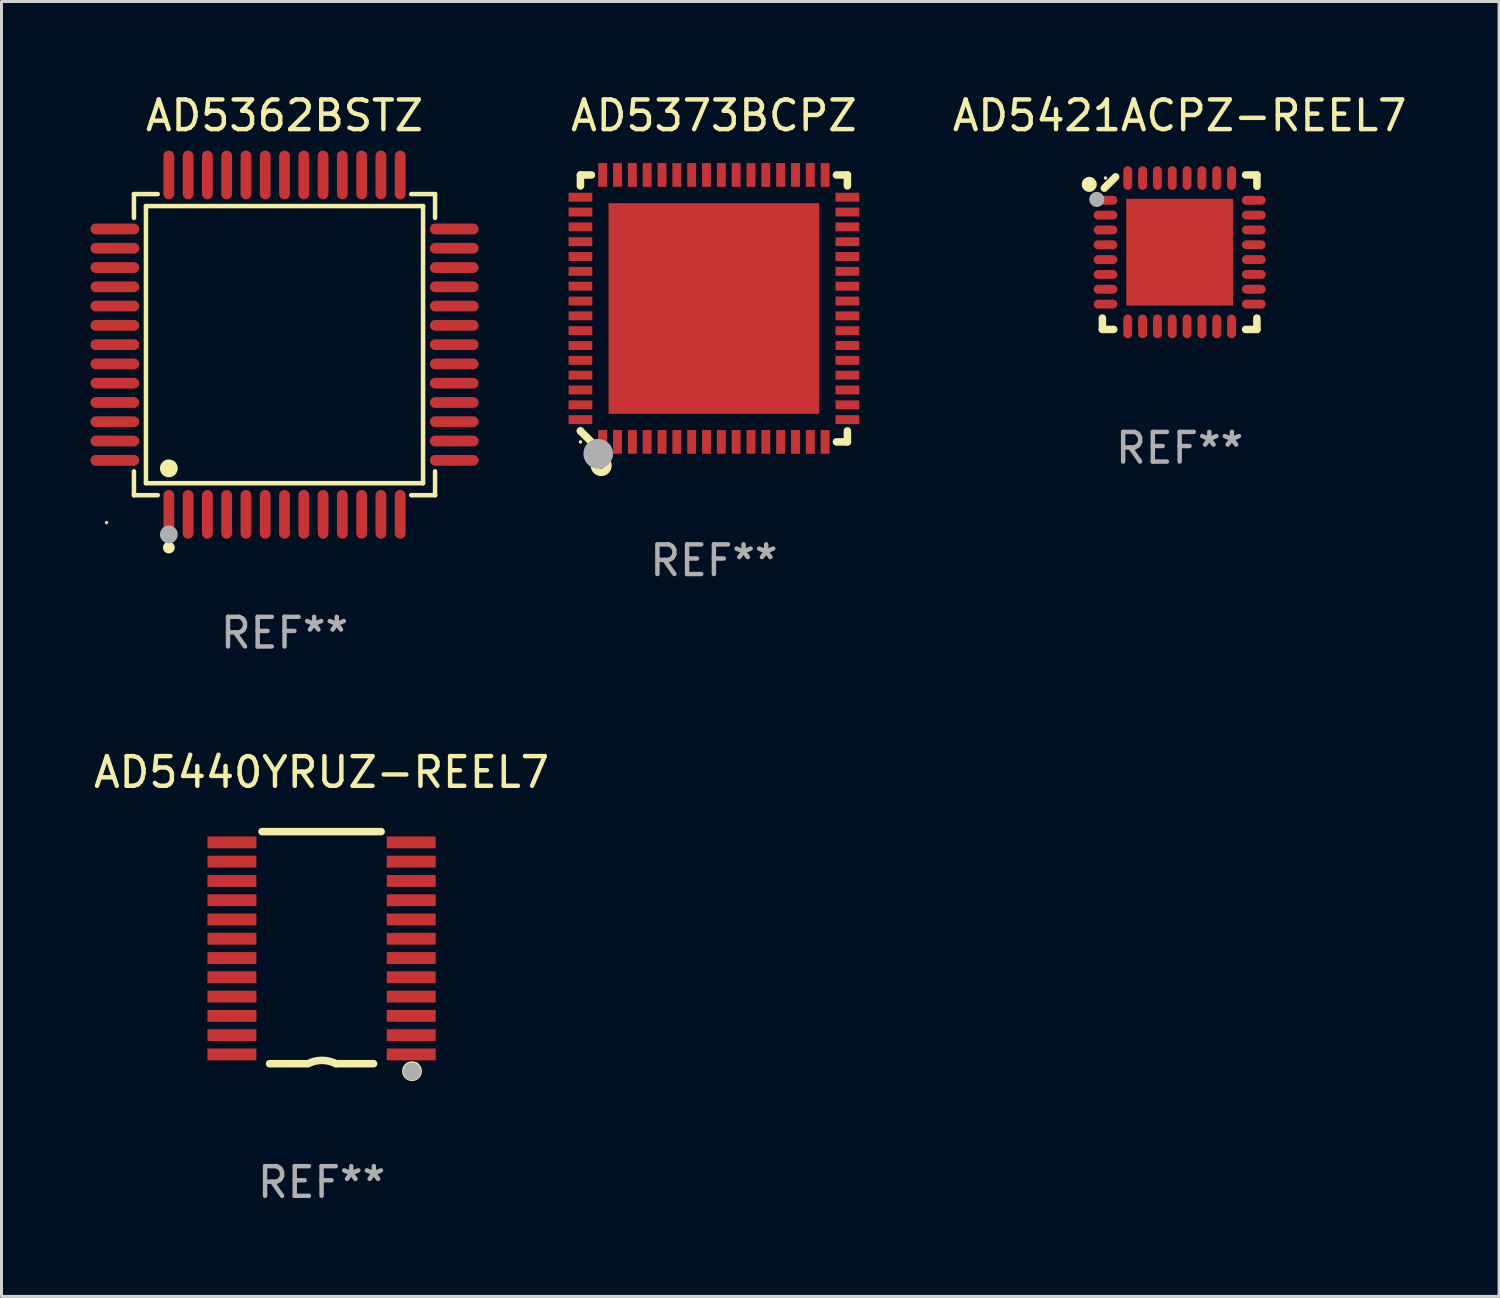
<source format=kicad_pcb>
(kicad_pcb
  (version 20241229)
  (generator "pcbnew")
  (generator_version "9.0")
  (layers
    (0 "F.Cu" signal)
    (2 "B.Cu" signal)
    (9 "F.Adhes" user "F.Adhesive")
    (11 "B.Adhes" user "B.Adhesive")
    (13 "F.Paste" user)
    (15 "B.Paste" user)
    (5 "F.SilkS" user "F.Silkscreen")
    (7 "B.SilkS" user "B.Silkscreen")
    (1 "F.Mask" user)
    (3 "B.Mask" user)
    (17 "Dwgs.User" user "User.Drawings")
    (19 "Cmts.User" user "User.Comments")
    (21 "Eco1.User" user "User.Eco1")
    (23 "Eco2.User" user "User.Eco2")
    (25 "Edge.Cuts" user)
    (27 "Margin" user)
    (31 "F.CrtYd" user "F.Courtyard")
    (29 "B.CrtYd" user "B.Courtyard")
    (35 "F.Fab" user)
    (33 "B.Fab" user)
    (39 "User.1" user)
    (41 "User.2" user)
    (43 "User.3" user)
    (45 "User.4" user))
  (footprint "AD5440YRUZ-REEL7"
    (layer "F.Cu")
    (at 7.792 28.899)
    (property "Reference" "AD5440YRUZ-REEL7" (at 0 -5.912 0) (layer "F.SilkS") (effects (font (size 1 1) (thickness 0.15))))
    (attr through_hole)
    (fp_line (start -2.008 -3.912) (end 2.007 -3.912) (stroke (width 0.254) (type solid)) (layer "F.SilkS"))
    (fp_line (start -0.483 3.912) (end -1.753 3.912) (stroke (width 0.254) (type solid)) (layer "F.SilkS"))
    (fp_line (start 1.752 3.912) (end 0.482 3.912) (stroke (width 0.254) (type solid)) (layer "F.SilkS"))
    (fp_arc (start -0.457404 3.911595) (mid 0.012497 3.800666) (end 0.482398 3.911595) (stroke (width 0.254001) (type solid)) (layer "F.SilkS"))
    (fp_circle (center 3.048 4.166) (end 3.128 4.166) (stroke (width 0.254) (type solid)) (fill no) (layer "F.SilkS"))
    (fp_circle (center 3.2 3.926) (end 3.23 3.926) (stroke (width 0.06) (type solid)) (fill no) (layer "F.SilkS"))
    (fp_circle (center 3.05 4.176) (end 3.2 4.176) (stroke (width 0.3) (type solid)) (fill no) (layer "F.Fab"))
    (fp_text user "REF**" (at 0 7.912 0) (layer "F.Fab") (effects (font (size 1 1) (thickness 0.15))))
    (pad "1" smd rect (at 3.023 3.6 180) (size 1.65 0.4) (layers "F.Cu" "F.Mask" "F.Paste"))
    (pad "2" smd rect (at 3.022 2.95 180) (size 1.65 0.4) (layers "F.Cu" "F.Mask" "F.Paste"))
    (pad "3" smd rect (at 3.022 2.3 180) (size 1.65 0.4) (layers "F.Cu" "F.Mask" "F.Paste"))
    (pad "4" smd rect (at 3.022 1.65 180) (size 1.65 0.4) (layers "F.Cu" "F.Mask" "F.Paste"))
    (pad "5" smd rect (at 3.022 1 180) (size 1.65 0.4) (layers "F.Cu" "F.Mask" "F.Paste"))
    (pad "6" smd rect (at 3.022 0.35 180) (size 1.65 0.4) (layers "F.Cu" "F.Mask" "F.Paste"))
    (pad "7" smd rect (at 3.022 -0.3 180) (size 1.65 0.4) (layers "F.Cu" "F.Mask" "F.Paste"))
    (pad "8" smd rect (at 3.022 -0.949 180) (size 1.65 0.4) (layers "F.Cu" "F.Mask" "F.Paste"))
    (pad "9" smd rect (at 3.022 -1.599 180) (size 1.65 0.4) (layers "F.Cu" "F.Mask" "F.Paste"))
    (pad "10" smd rect (at 3.022 -2.249 180) (size 1.65 0.4) (layers "F.Cu" "F.Mask" "F.Paste"))
    (pad "11" smd rect (at 3.022 -2.899 180) (size 1.65 0.4) (layers "F.Cu" "F.Mask" "F.Paste"))
    (pad "12" smd rect (at 3.022 -3.549 180) (size 1.65 0.4) (layers "F.Cu" "F.Mask" "F.Paste"))
    (pad "13" smd rect (at -3.023 -3.549 180) (size 1.65 0.4) (layers "F.Cu" "F.Mask" "F.Paste"))
    (pad "14" smd rect (at -3.023 -2.899 180) (size 1.65 0.4) (layers "F.Cu" "F.Mask" "F.Paste"))
    (pad "15" smd rect (at -3.023 -2.249 180) (size 1.65 0.4) (layers "F.Cu" "F.Mask" "F.Paste"))
    (pad "16" smd rect (at -3.023 -1.599 180) (size 1.65 0.4) (layers "F.Cu" "F.Mask" "F.Paste"))
    (pad "17" smd rect (at -3.023 -0.949 180) (size 1.65 0.4) (layers "F.Cu" "F.Mask" "F.Paste"))
    (pad "18" smd rect (at -3.023 -0.3 180) (size 1.65 0.4) (layers "F.Cu" "F.Mask" "F.Paste"))
    (pad "19" smd rect (at -3.023 0.35 180) (size 1.65 0.4) (layers "F.Cu" "F.Mask" "F.Paste"))
    (pad "20" smd rect (at -3.023 1 180) (size 1.65 0.4) (layers "F.Cu" "F.Mask" "F.Paste"))
    (pad "21" smd rect (at -3.023 1.65 180) (size 1.65 0.4) (layers "F.Cu" "F.Mask" "F.Paste"))
    (pad "22" smd rect (at -3.023 2.3 180) (size 1.65 0.4) (layers "F.Cu" "F.Mask" "F.Paste"))
    (pad "23" smd rect (at -3.023 2.95 180) (size 1.65 0.4) (layers "F.Cu" "F.Mask" "F.Paste"))
    (pad "24" smd rect (at -3.023 3.6 180) (size 1.65 0.4) (layers "F.Cu" "F.Mask" "F.Paste")))
  (footprint "AD5421ACPZ-REEL7"
    (layer "F.Cu")
    (at 36.721 5.452)
    (property "Reference" "AD5421ACPZ-REEL7" (at 0 -4.604 0) (layer "F.SilkS") (effects (font (size 1 1) (thickness 0.15))))
    (attr through_hole)
    (fp_line (start -2.604 2.223) (end -2.604 2.604) (stroke (width 0.254) (type solid)) (layer "F.SilkS"))
    (fp_line (start -2.604 2.604) (end -2.223 2.604) (stroke (width 0.254) (type solid)) (layer "F.SilkS"))
    (fp_line (start -2.159 -2.54) (end -2.54 -2.159) (stroke (width 0.254) (type solid)) (layer "F.SilkS"))
    (fp_line (start 2.223 2.604) (end 2.604 2.604) (stroke (width 0.254) (type solid)) (layer "F.SilkS"))
    (fp_line (start 2.604 -2.604) (end 2.223 -2.604) (stroke (width 0.254) (type solid)) (layer "F.SilkS"))
    (fp_line (start 2.604 -2.223) (end 2.604 -2.604) (stroke (width 0.254) (type solid)) (layer "F.SilkS"))
    (fp_line (start 2.604 2.604) (end 2.604 2.223) (stroke (width 0.254) (type solid)) (layer "F.SilkS"))
    (fp_circle (center -3.048 -2.286) (end -2.921 -2.286) (stroke (width 0.254) (type solid)) (fill no) (layer "F.SilkS"))
    (fp_circle (center -2.5 -2.5) (end -2.47 -2.5) (stroke (width 0.06) (type solid)) (fill no) (layer "F.SilkS"))
    (fp_circle (center -2.794 -1.778) (end -2.667 -1.778) (stroke (width 0.254) (type solid)) (fill no) (layer "F.Fab"))
    (fp_text user "REF**" (at 0 6.604 0) (layer "F.Fab") (effects (font (size 1 1) (thickness 0.15))))
    (pad "1" smd oval (at -2.5 -1.75) (size 0.8 0.3) (layers "F.Cu" "F.Mask" "F.Paste"))
    (pad "2" smd oval (at -2.5 -1.25) (size 0.8 0.3) (layers "F.Cu" "F.Mask" "F.Paste"))
    (pad "3" smd oval (at -2.5 -0.75) (size 0.8 0.3) (layers "F.Cu" "F.Mask" "F.Paste"))
    (pad "4" smd oval (at -2.5 -0.25) (size 0.8 0.3) (layers "F.Cu" "F.Mask" "F.Paste"))
    (pad "5" smd oval (at -2.5 0.25) (size 0.8 0.3) (layers "F.Cu" "F.Mask" "F.Paste"))
    (pad "6" smd oval (at -2.5 0.75) (size 0.8 0.3) (layers "F.Cu" "F.Mask" "F.Paste"))
    (pad "7" smd oval (at -2.5 1.25) (size 0.8 0.3) (layers "F.Cu" "F.Mask" "F.Paste"))
    (pad "8" smd oval (at -2.5 1.75) (size 0.8 0.3) (layers "F.Cu" "F.Mask" "F.Paste"))
    (pad "9" smd oval (at -1.75 2.5 90) (size 0.8 0.3) (layers "F.Cu" "F.Mask" "F.Paste"))
    (pad "10" smd oval (at -1.25 2.5 90) (size 0.8 0.3) (layers "F.Cu" "F.Mask" "F.Paste"))
    (pad "11" smd oval (at -0.75 2.5 90) (size 0.8 0.3) (layers "F.Cu" "F.Mask" "F.Paste"))
    (pad "12" smd oval (at -0.25 2.5 90) (size 0.8 0.3) (layers "F.Cu" "F.Mask" "F.Paste"))
    (pad "13" smd oval (at 0.25 2.5 90) (size 0.8 0.3) (layers "F.Cu" "F.Mask" "F.Paste"))
    (pad "14" smd oval (at 0.75 2.5 90) (size 0.8 0.3) (layers "F.Cu" "F.Mask" "F.Paste"))
    (pad "15" smd oval (at 1.25 2.5 90) (size 0.8 0.3) (layers "F.Cu" "F.Mask" "F.Paste"))
    (pad "16" smd oval (at 1.75 2.5 90) (size 0.8 0.3) (layers "F.Cu" "F.Mask" "F.Paste"))
    (pad "17" smd oval (at 2.5 1.75 180) (size 0.8 0.3) (layers "F.Cu" "F.Mask" "F.Paste"))
    (pad "18" smd oval (at 2.5 1.25 180) (size 0.8 0.3) (layers "F.Cu" "F.Mask" "F.Paste"))
    (pad "19" smd oval (at 2.5 0.75 180) (size 0.8 0.3) (layers "F.Cu" "F.Mask" "F.Paste"))
    (pad "20" smd oval (at 2.5 0.25 180) (size 0.8 0.3) (layers "F.Cu" "F.Mask" "F.Paste"))
    (pad "21" smd oval (at 2.5 -0.25 180) (size 0.8 0.3) (layers "F.Cu" "F.Mask" "F.Paste"))
    (pad "22" smd oval (at 2.5 -0.75 180) (size 0.8 0.3) (layers "F.Cu" "F.Mask" "F.Paste"))
    (pad "23" smd oval (at 2.5 -1.25 180) (size 0.8 0.3) (layers "F.Cu" "F.Mask" "F.Paste"))
    (pad "24" smd oval (at 2.5 -1.75 180) (size 0.8 0.3) (layers "F.Cu" "F.Mask" "F.Paste"))
    (pad "25" smd oval (at 1.75 -2.5 270) (size 0.8 0.3) (layers "F.Cu" "F.Mask" "F.Paste"))
    (pad "26" smd oval (at 1.25 -2.5 270) (size 0.8 0.3) (layers "F.Cu" "F.Mask" "F.Paste"))
    (pad "27" smd oval (at 0.75 -2.5 270) (size 0.8 0.3) (layers "F.Cu" "F.Mask" "F.Paste"))
    (pad "28" smd oval (at 0.25 -2.5 270) (size 0.8 0.3) (layers "F.Cu" "F.Mask" "F.Paste"))
    (pad "29" smd oval (at -0.25 -2.5 270) (size 0.8 0.3) (layers "F.Cu" "F.Mask" "F.Paste"))
    (pad "30" smd oval (at -0.75 -2.5 270) (size 0.8 0.3) (layers "F.Cu" "F.Mask" "F.Paste"))
    (pad "31" smd oval (at -1.25 -2.5 270) (size 0.8 0.3) (layers "F.Cu" "F.Mask" "F.Paste"))
    (pad "32" smd oval (at -1.75 -2.5 270) (size 0.8 0.3) (layers "F.Cu" "F.Mask" "F.Paste"))
    (pad "33" smd rect (at 0.000025 0) (size 3.6 3.6) (layers "F.Cu" "F.Mask" "F.Paste")))
  (footprint "AD5362BSTZ"
    (layer "F.Cu")
    (at 6.542 8.569)
    (property "Reference" "AD5362BSTZ" (at 0 -7.721 0) (layer "F.SilkS") (effects (font (size 1 1) (thickness 0.15))))
    (attr through_hole)
    (fp_line (start -5.076 -5.076) (end -4.273 -5.076) (stroke (width 0.152) (type solid)) (layer "F.SilkS"))
    (fp_line (start -5.076 -4.273) (end -5.076 -5.076) (stroke (width 0.152) (type solid)) (layer "F.SilkS"))
    (fp_line (start -5.076 4.273) (end -5.076 5.076) (stroke (width 0.152) (type solid)) (layer "F.SilkS"))
    (fp_line (start -5.076 5.076) (end -4.273 5.076) (stroke (width 0.152) (type solid)) (layer "F.SilkS"))
    (fp_line (start -4.671 -4.671) (end 4.671 -4.671) (stroke (width 0.152) (type solid)) (layer "F.SilkS"))
    (fp_line (start -4.671 4.671) (end -4.671 -4.671) (stroke (width 0.152) (type solid)) (layer "F.SilkS"))
    (fp_line (start 4.671 -4.671) (end 4.671 4.671) (stroke (width 0.152) (type solid)) (layer "F.SilkS"))
    (fp_line (start 4.671 4.671) (end -4.671 4.671) (stroke (width 0.152) (type solid)) (layer "F.SilkS"))
    (fp_line (start 5.076 -5.076) (end 4.273 -5.076) (stroke (width 0.152) (type solid)) (layer "F.SilkS"))
    (fp_line (start 5.076 -4.273) (end 5.076 -5.076) (stroke (width 0.152) (type solid)) (layer "F.SilkS"))
    (fp_line (start 5.076 4.273) (end 5.076 5.076) (stroke (width 0.152) (type solid)) (layer "F.SilkS"))
    (fp_line (start 5.076 5.076) (end 4.273 5.076) (stroke (width 0.152) (type solid)) (layer "F.SilkS"))
    (fp_circle (center -6 6) (end -5.97 6) (stroke (width 0.06) (type solid)) (fill no) (layer "F.SilkS"))
    (fp_circle (center -3.9 4.171) (end -3.75 4.171) (stroke (width 0.3) (type solid)) (fill no) (layer "F.SilkS"))
    (fp_circle (center -3.9 6.842) (end -3.8 6.842) (stroke (width 0.2) (type solid)) (fill no) (layer "F.SilkS"))
    (fp_circle (center -3.9 6.4) (end -3.75 6.4) (stroke (width 0.3) (type solid)) (fill no) (layer "F.Fab"))
    (fp_text user "REF**" (at 0 9.721 0) (layer "F.Fab") (effects (font (size 1 1) (thickness 0.15))))
    (pad "1" smd oval (at -3.9 5.721) (size 0.364 1.642) (layers "F.Cu" "F.Mask" "F.Paste"))
    (pad "2" smd oval (at -3.25 5.721) (size 0.364 1.642) (layers "F.Cu" "F.Mask" "F.Paste"))
    (pad "3" smd oval (at -2.6 5.721) (size 0.364 1.642) (layers "F.Cu" "F.Mask" "F.Paste"))
    (pad "4" smd oval (at -1.95 5.721) (size 0.364 1.642) (layers "F.Cu" "F.Mask" "F.Paste"))
    (pad "5" smd oval (at -1.3 5.721) (size 0.364 1.642) (layers "F.Cu" "F.Mask" "F.Paste"))
    (pad "6" smd oval (at -0.65 5.721) (size 0.364 1.642) (layers "F.Cu" "F.Mask" "F.Paste"))
    (pad "7" smd oval (at 0 5.721) (size 0.364 1.642) (layers "F.Cu" "F.Mask" "F.Paste"))
    (pad "8" smd oval (at 0.65 5.721) (size 0.364 1.642) (layers "F.Cu" "F.Mask" "F.Paste"))
    (pad "9" smd oval (at 1.3 5.721) (size 0.364 1.642) (layers "F.Cu" "F.Mask" "F.Paste"))
    (pad "10" smd oval (at 1.95 5.721) (size 0.364 1.642) (layers "F.Cu" "F.Mask" "F.Paste"))
    (pad "11" smd oval (at 2.6 5.721) (size 0.364 1.642) (layers "F.Cu" "F.Mask" "F.Paste"))
    (pad "12" smd oval (at 3.25 5.721) (size 0.364 1.642) (layers "F.Cu" "F.Mask" "F.Paste"))
    (pad "13" smd oval (at 3.9 5.721) (size 0.364 1.642) (layers "F.Cu" "F.Mask" "F.Paste"))
    (pad "14" smd oval (at 5.721 3.9) (size 1.642 0.364) (layers "F.Cu" "F.Mask" "F.Paste"))
    (pad "15" smd oval (at 5.721 3.25) (size 1.642 0.364) (layers "F.Cu" "F.Mask" "F.Paste"))
    (pad "16" smd oval (at 5.721 2.6) (size 1.642 0.364) (layers "F.Cu" "F.Mask" "F.Paste"))
    (pad "17" smd oval (at 5.721 1.95) (size 1.642 0.364) (layers "F.Cu" "F.Mask" "F.Paste"))
    (pad "18" smd oval (at 5.721 1.3) (size 1.642 0.364) (layers "F.Cu" "F.Mask" "F.Paste"))
    (pad "19" smd oval (at 5.721 0.65) (size 1.642 0.364) (layers "F.Cu" "F.Mask" "F.Paste"))
    (pad "20" smd oval (at 5.721 0) (size 1.642 0.364) (layers "F.Cu" "F.Mask" "F.Paste"))
    (pad "21" smd oval (at 5.721 -0.65) (size 1.642 0.364) (layers "F.Cu" "F.Mask" "F.Paste"))
    (pad "22" smd oval (at 5.721 -1.3) (size 1.642 0.364) (layers "F.Cu" "F.Mask" "F.Paste"))
    (pad "23" smd oval (at 5.721 -1.95) (size 1.642 0.364) (layers "F.Cu" "F.Mask" "F.Paste"))
    (pad "24" smd oval (at 5.721 -2.6) (size 1.642 0.364) (layers "F.Cu" "F.Mask" "F.Paste"))
    (pad "25" smd oval (at 5.721 -3.25) (size 1.642 0.364) (layers "F.Cu" "F.Mask" "F.Paste"))
    (pad "26" smd oval (at 5.721 -3.9) (size 1.642 0.364) (layers "F.Cu" "F.Mask" "F.Paste"))
    (pad "27" smd oval (at 3.9 -5.721) (size 0.364 1.642) (layers "F.Cu" "F.Mask" "F.Paste"))
    (pad "28" smd oval (at 3.25 -5.721) (size 0.364 1.642) (layers "F.Cu" "F.Mask" "F.Paste"))
    (pad "29" smd oval (at 2.6 -5.721) (size 0.364 1.642) (layers "F.Cu" "F.Mask" "F.Paste"))
    (pad "30" smd oval (at 1.95 -5.721) (size 0.364 1.642) (layers "F.Cu" "F.Mask" "F.Paste"))
    (pad "31" smd oval (at 1.3 -5.721) (size 0.364 1.642) (layers "F.Cu" "F.Mask" "F.Paste"))
    (pad "32" smd oval (at 0.65 -5.721) (size 0.364 1.642) (layers "F.Cu" "F.Mask" "F.Paste"))
    (pad "33" smd oval (at 0 -5.721) (size 0.364 1.642) (layers "F.Cu" "F.Mask" "F.Paste"))
    (pad "34" smd oval (at -0.65 -5.721) (size 0.364 1.642) (layers "F.Cu" "F.Mask" "F.Paste"))
    (pad "35" smd oval (at -1.3 -5.721) (size 0.364 1.642) (layers "F.Cu" "F.Mask" "F.Paste"))
    (pad "36" smd oval (at -1.95 -5.721) (size 0.364 1.642) (layers "F.Cu" "F.Mask" "F.Paste"))
    (pad "37" smd oval (at -2.6 -5.721) (size 0.364 1.642) (layers "F.Cu" "F.Mask" "F.Paste"))
    (pad "38" smd oval (at -3.25 -5.721) (size 0.364 1.642) (layers "F.Cu" "F.Mask" "F.Paste"))
    (pad "39" smd oval (at -3.9 -5.721) (size 0.364 1.642) (layers "F.Cu" "F.Mask" "F.Paste"))
    (pad "40" smd oval (at -5.721 -3.9) (size 1.642 0.364) (layers "F.Cu" "F.Mask" "F.Paste"))
    (pad "41" smd oval (at -5.721 -3.25) (size 1.642 0.364) (layers "F.Cu" "F.Mask" "F.Paste"))
    (pad "42" smd oval (at -5.721 -2.6) (size 1.642 0.364) (layers "F.Cu" "F.Mask" "F.Paste"))
    (pad "43" smd oval (at -5.721 -1.95) (size 1.642 0.364) (layers "F.Cu" "F.Mask" "F.Paste"))
    (pad "44" smd oval (at -5.721 -1.3) (size 1.642 0.364) (layers "F.Cu" "F.Mask" "F.Paste"))
    (pad "45" smd oval (at -5.721 -0.65) (size 1.642 0.364) (layers "F.Cu" "F.Mask" "F.Paste"))
    (pad "46" smd oval (at -5.721 0) (size 1.642 0.364) (layers "F.Cu" "F.Mask" "F.Paste"))
    (pad "47" smd oval (at -5.721 0.65) (size 1.642 0.364) (layers "F.Cu" "F.Mask" "F.Paste"))
    (pad "48" smd oval (at -5.721 1.3) (size 1.642 0.364) (layers "F.Cu" "F.Mask" "F.Paste"))
    (pad "49" smd oval (at -5.721 1.95) (size 1.642 0.364) (layers "F.Cu" "F.Mask" "F.Paste"))
    (pad "50" smd oval (at -5.721 2.6) (size 1.642 0.364) (layers "F.Cu" "F.Mask" "F.Paste"))
    (pad "51" smd oval (at -5.721 3.25) (size 1.642 0.364) (layers "F.Cu" "F.Mask" "F.Paste"))
    (pad "52" smd oval (at -5.721 3.9) (size 1.642 0.364) (layers "F.Cu" "F.Mask" "F.Paste")))
  (footprint "AD5373BCPZ"
    (layer "F.Cu")
    (at 21.019 7.348)
    (property "Reference" "AD5373BCPZ" (at 0 -6.5 0) (layer "F.SilkS") (effects (font (size 1 1) (thickness 0.15))))
    (attr through_hole)
    (fp_line (start -4.5 -4.5) (end -4.5 -4.131) (stroke (width 0.254) (type solid)) (layer "F.SilkS"))
    (fp_line (start -4.5 4.131) (end -4.5 4.131) (stroke (width 0.254) (type solid)) (layer "F.SilkS"))
    (fp_line (start -4.5 4.131) (end -4.131 4.5) (stroke (width 0.254) (type solid)) (layer "F.SilkS"))
    (fp_line (start -4.131 -4.5) (end -4.5 -4.5) (stroke (width 0.254) (type solid)) (layer "F.SilkS"))
    (fp_line (start 4.131 4.5) (end 4.5 4.5) (stroke (width 0.254) (type solid)) (layer "F.SilkS"))
    (fp_line (start 4.5 -4.5) (end 4.131 -4.5) (stroke (width 0.254) (type solid)) (layer "F.SilkS"))
    (fp_line (start 4.5 -4.131) (end 4.5 -4.5) (stroke (width 0.254) (type solid)) (layer "F.SilkS"))
    (fp_line (start 4.5 4.5) (end 4.5 4.131) (stroke (width 0.254) (type solid)) (layer "F.SilkS"))
    (fp_circle (center -4.5 4.5) (end -4.47 4.5) (stroke (width 0.06) (type solid)) (fill no) (layer "F.SilkS"))
    (fp_circle (center -3.8 5.3) (end -3.7 5.3) (stroke (width 0.254) (type solid)) (fill no) (layer "F.SilkS"))
    (fp_circle (center -3.9 4.9) (end -3.65 4.9) (stroke (width 0.5) (type solid)) (fill no) (layer "F.Fab"))
    (fp_text user "REF**" (at 0 8.5 0) (layer "F.Fab") (effects (font (size 1 1) (thickness 0.15))))
    (pad "1" smd rect (at -3.75 4.5) (size 0.3 0.8) (layers "F.Cu" "F.Mask" "F.Paste"))
    (pad "2" smd rect (at -3.25 4.5) (size 0.3 0.8) (layers "F.Cu" "F.Mask" "F.Paste"))
    (pad "3" smd rect (at -2.75 4.5) (size 0.3 0.8) (layers "F.Cu" "F.Mask" "F.Paste"))
    (pad "4" smd rect (at -2.25 4.5) (size 0.3 0.8) (layers "F.Cu" "F.Mask" "F.Paste"))
    (pad "5" smd rect (at -1.75 4.5) (size 0.3 0.8) (layers "F.Cu" "F.Mask" "F.Paste"))
    (pad "6" smd rect (at -1.25 4.5) (size 0.3 0.8) (layers "F.Cu" "F.Mask" "F.Paste"))
    (pad "7" smd rect (at -0.75 4.5) (size 0.3 0.8) (layers "F.Cu" "F.Mask" "F.Paste"))
    (pad "8" smd rect (at -0.25 4.5) (size 0.3 0.8) (layers "F.Cu" "F.Mask" "F.Paste"))
    (pad "9" smd rect (at 0.25 4.5) (size 0.3 0.8) (layers "F.Cu" "F.Mask" "F.Paste"))
    (pad "10" smd rect (at 0.75 4.5) (size 0.3 0.8) (layers "F.Cu" "F.Mask" "F.Paste"))
    (pad "11" smd rect (at 1.25 4.5) (size 0.3 0.8) (layers "F.Cu" "F.Mask" "F.Paste"))
    (pad "12" smd rect (at 1.75 4.5) (size 0.3 0.8) (layers "F.Cu" "F.Mask" "F.Paste"))
    (pad "13" smd rect (at 2.25 4.5) (size 0.3 0.8) (layers "F.Cu" "F.Mask" "F.Paste"))
    (pad "14" smd rect (at 2.75 4.5) (size 0.3 0.8) (layers "F.Cu" "F.Mask" "F.Paste"))
    (pad "15" smd rect (at 3.25 4.5) (size 0.3 0.8) (layers "F.Cu" "F.Mask" "F.Paste"))
    (pad "16" smd rect (at 3.75 4.5) (size 0.3 0.8) (layers "F.Cu" "F.Mask" "F.Paste"))
    (pad "17" smd rect (at 4.5 3.75) (size 0.8 0.3) (layers "F.Cu" "F.Mask" "F.Paste"))
    (pad "18" smd rect (at 4.5 3.25) (size 0.8 0.3) (layers "F.Cu" "F.Mask" "F.Paste"))
    (pad "19" smd rect (at 4.5 2.75) (size 0.8 0.3) (layers "F.Cu" "F.Mask" "F.Paste"))
    (pad "20" smd rect (at 4.5 2.25) (size 0.8 0.3) (layers "F.Cu" "F.Mask" "F.Paste"))
    (pad "21" smd rect (at 4.5 1.75) (size 0.8 0.3) (layers "F.Cu" "F.Mask" "F.Paste"))
    (pad "22" smd rect (at 4.5 1.25) (size 0.8 0.3) (layers "F.Cu" "F.Mask" "F.Paste"))
    (pad "23" smd rect (at 4.5 0.75) (size 0.8 0.3) (layers "F.Cu" "F.Mask" "F.Paste"))
    (pad "24" smd rect (at 4.5 0.25) (size 0.8 0.3) (layers "F.Cu" "F.Mask" "F.Paste"))
    (pad "25" smd rect (at 4.5 -0.25) (size 0.8 0.3) (layers "F.Cu" "F.Mask" "F.Paste"))
    (pad "26" smd rect (at 4.5 -0.75) (size 0.8 0.3) (layers "F.Cu" "F.Mask" "F.Paste"))
    (pad "27" smd rect (at 4.5 -1.25) (size 0.8 0.3) (layers "F.Cu" "F.Mask" "F.Paste"))
    (pad "28" smd rect (at 4.5 -1.75) (size 0.8 0.3) (layers "F.Cu" "F.Mask" "F.Paste"))
    (pad "29" smd rect (at 4.5 -2.25) (size 0.8 0.3) (layers "F.Cu" "F.Mask" "F.Paste"))
    (pad "30" smd rect (at 4.5 -2.75) (size 0.8 0.3) (layers "F.Cu" "F.Mask" "F.Paste"))
    (pad "31" smd rect (at 4.5 -3.25) (size 0.8 0.3) (layers "F.Cu" "F.Mask" "F.Paste"))
    (pad "32" smd rect (at 4.5 -3.75) (size 0.8 0.3) (layers "F.Cu" "F.Mask" "F.Paste"))
    (pad "33" smd rect (at 3.75 -4.5) (size 0.3 0.8) (layers "F.Cu" "F.Mask" "F.Paste"))
    (pad "34" smd rect (at 3.25 -4.5) (size 0.3 0.8) (layers "F.Cu" "F.Mask" "F.Paste"))
    (pad "35" smd rect (at 2.75 -4.5) (size 0.3 0.8) (layers "F.Cu" "F.Mask" "F.Paste"))
    (pad "36" smd rect (at 2.25 -4.5) (size 0.3 0.8) (layers "F.Cu" "F.Mask" "F.Paste"))
    (pad "37" smd rect (at 1.75 -4.5) (size 0.3 0.8) (layers "F.Cu" "F.Mask" "F.Paste"))
    (pad "38" smd rect (at 1.25 -4.5) (size 0.3 0.8) (layers "F.Cu" "F.Mask" "F.Paste"))
    (pad "39" smd rect (at 0.75 -4.5) (size 0.3 0.8) (layers "F.Cu" "F.Mask" "F.Paste"))
    (pad "40" smd rect (at 0.25 -4.5) (size 0.3 0.8) (layers "F.Cu" "F.Mask" "F.Paste"))
    (pad "41" smd rect (at -0.25 -4.5) (size 0.3 0.8) (layers "F.Cu" "F.Mask" "F.Paste"))
    (pad "42" smd rect (at -0.75 -4.5) (size 0.3 0.8) (layers "F.Cu" "F.Mask" "F.Paste"))
    (pad "43" smd rect (at -1.25 -4.5) (size 0.3 0.8) (layers "F.Cu" "F.Mask" "F.Paste"))
    (pad "44" smd rect (at -1.75 -4.5) (size 0.3 0.8) (layers "F.Cu" "F.Mask" "F.Paste"))
    (pad "45" smd rect (at -2.25 -4.5) (size 0.3 0.8) (layers "F.Cu" "F.Mask" "F.Paste"))
    (pad "46" smd rect (at -2.75 -4.5) (size 0.3 0.8) (layers "F.Cu" "F.Mask" "F.Paste"))
    (pad "47" smd rect (at -3.25 -4.5) (size 0.3 0.8) (layers "F.Cu" "F.Mask" "F.Paste"))
    (pad "48" smd rect (at -3.75 -4.5) (size 0.3 0.8) (layers "F.Cu" "F.Mask" "F.Paste"))
    (pad "49" smd rect (at -4.5 -3.75) (size 0.8 0.3) (layers "F.Cu" "F.Mask" "F.Paste"))
    (pad "50" smd rect (at -4.5 -3.25) (size 0.8 0.3) (layers "F.Cu" "F.Mask" "F.Paste"))
    (pad "51" smd rect (at -4.5 -2.75) (size 0.8 0.3) (layers "F.Cu" "F.Mask" "F.Paste"))
    (pad "52" smd rect (at -4.5 -2.25) (size 0.8 0.3) (layers "F.Cu" "F.Mask" "F.Paste"))
    (pad "53" smd rect (at -4.5 -1.75) (size 0.8 0.3) (layers "F.Cu" "F.Mask" "F.Paste"))
    (pad "54" smd rect (at -4.5 -1.25) (size 0.8 0.3) (layers "F.Cu" "F.Mask" "F.Paste"))
    (pad "55" smd rect (at -4.5 -0.75) (size 0.8 0.3) (layers "F.Cu" "F.Mask" "F.Paste"))
    (pad "56" smd rect (at -4.5 -0.25) (size 0.8 0.3) (layers "F.Cu" "F.Mask" "F.Paste"))
    (pad "57" smd rect (at -4.5 0.25) (size 0.8 0.3) (layers "F.Cu" "F.Mask" "F.Paste"))
    (pad "58" smd rect (at -4.5 0.75) (size 0.8 0.3) (layers "F.Cu" "F.Mask" "F.Paste"))
    (pad "59" smd rect (at -4.5 1.25) (size 0.8 0.3) (layers "F.Cu" "F.Mask" "F.Paste"))
    (pad "60" smd rect (at -4.5 1.75) (size 0.8 0.3) (layers "F.Cu" "F.Mask" "F.Paste"))
    (pad "61" smd rect (at -4.5 2.25) (size 0.8 0.3) (layers "F.Cu" "F.Mask" "F.Paste"))
    (pad "62" smd rect (at -4.5 2.75) (size 0.8 0.3) (layers "F.Cu" "F.Mask" "F.Paste"))
    (pad "63" smd rect (at -4.5 3.25) (size 0.8 0.3) (layers "F.Cu" "F.Mask" "F.Paste"))
    (pad "64" smd rect (at -4.5 3.75) (size 0.8 0.3) (layers "F.Cu" "F.Mask" "F.Paste"))
    (pad "65" smd rect (at -0.001 0.001) (size 7.1 7.1) (layers "F.Cu" "F.Mask" "F.Paste")))
  (gr_rect
    (start -3 -3)
    (end 47.489 40.658)
    (stroke (width 0.1) (type default))
    (fill no)
    (layer "Edge.Cuts")))
</source>
